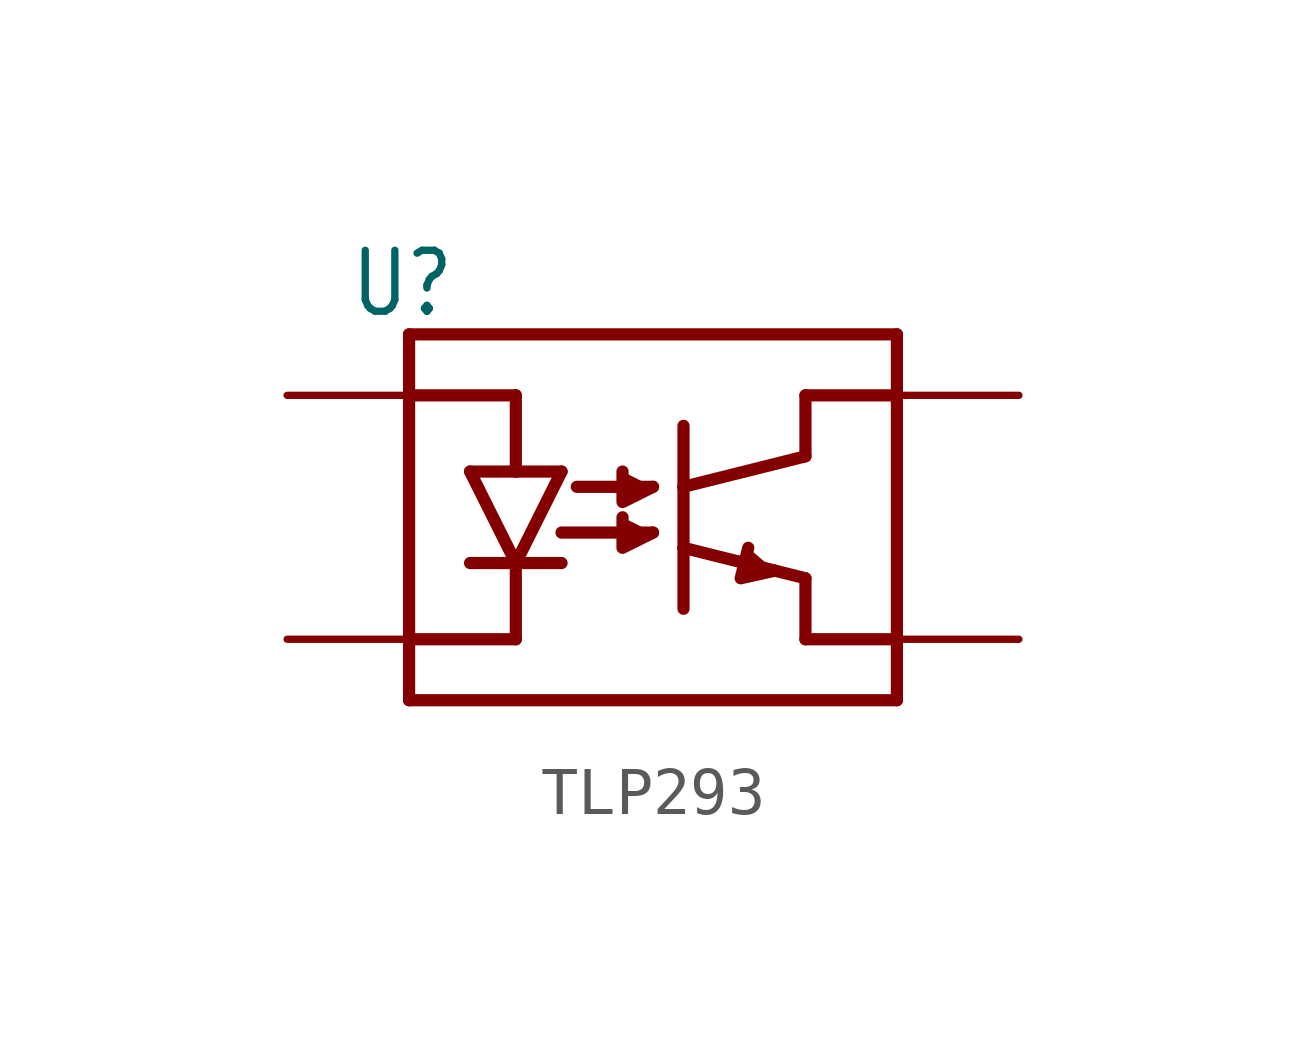
<source format=kicad_sym>
(kicad_symbol_lib
  (version 20220914)
  (generator kicad_symbol_editor)
  (symbol "TLP293"
    (property "Reference" "U"
      (at -6.35 4.128 0)
      (effects (font (size 1.27 1.079)) (justify left bottom)))
    (property "ki_locked" ""
      (at 0 0 0)
      (effects (font (size 1.27 1.27))))
    (symbol "TLP293_1_0"
      (polyline (pts (xy -5.08 -3.81) (xy -5.08 -2.54)) (stroke (width 0.254) (type solid)) (fill (type none)))
      (polyline (pts (xy -5.08 -2.54) (xy -5.08 2.54)) (stroke (width 0.254) (type solid)) (fill (type none)))
      (polyline (pts (xy -5.08 -2.54) (xy -2.857 -2.54)) (stroke (width 0.254) (type solid)) (fill (type none)))
      (polyline (pts (xy -5.08 2.54) (xy -5.08 3.81)) (stroke (width 0.254) (type solid)) (fill (type none)))
      (polyline (pts (xy -5.08 2.54) (xy -2.857 2.54)) (stroke (width 0.254) (type solid)) (fill (type none)))
      (polyline (pts (xy -5.08 3.81) (xy 5.08 3.81)) (stroke (width 0.254) (type solid)) (fill (type none)))
      (polyline (pts (xy -3.81 -0.953) (xy -2.857 -0.953)) (stroke (width 0.254) (type solid)) (fill (type none)))
      (polyline (pts (xy -3.81 0.953) (xy -2.857 -0.953)) (stroke (width 0.254) (type solid)) (fill (type none)))
      (polyline (pts (xy -2.857 -2.54) (xy -2.857 -0.953)) (stroke (width 0.254) (type solid)) (fill (type none)))
      (polyline (pts (xy -2.857 -0.953) (xy -1.905 -0.953)) (stroke (width 0.254) (type solid)) (fill (type none)))
      (polyline (pts (xy -2.857 -0.953) (xy -1.905 0.953)) (stroke (width 0.254) (type solid)) (fill (type none)))
      (polyline (pts (xy -2.857 0.953) (xy -3.81 0.953)) (stroke (width 0.254) (type solid)) (fill (type none)))
      (polyline (pts (xy -2.857 2.54) (xy -2.857 0.953)) (stroke (width 0.254) (type solid)) (fill (type none)))
      (polyline (pts (xy -1.905 -0.318) (xy 0 -0.318)) (stroke (width 0.254) (type solid)) (fill (type none)))
      (polyline (pts (xy -1.905 0.953) (xy -2.857 0.953)) (stroke (width 0.254) (type solid)) (fill (type none)))
      (polyline (pts (xy -1.587 0.635) (xy 0 0.635)) (stroke (width 0.254) (type solid)) (fill (type none)))
      (polyline (pts (xy 0.635 -0.635) (xy 0.635 -1.905)) (stroke (width 0.254) (type solid)) (fill (type none)))
      (polyline (pts (xy 0.635 -0.635) (xy 3.175 -1.27)) (stroke (width 0.254) (type solid)) (fill (type none)))
      (polyline (pts (xy 0.635 0.635) (xy 0.635 -0.635)) (stroke (width 0.254) (type solid)) (fill (type none)))
      (polyline (pts (xy 0.635 1.905) (xy 0.635 0.635)) (stroke (width 0.254) (type solid)) (fill (type none)))
      (polyline (pts (xy 3.175 -2.54) (xy 5.08 -2.54)) (stroke (width 0.254) (type solid)) (fill (type none)))
      (polyline (pts (xy 3.175 -1.27) (xy 3.175 -2.54)) (stroke (width 0.254) (type solid)) (fill (type none)))
      (polyline (pts (xy 3.175 1.27) (xy 0.635 0.635)) (stroke (width 0.254) (type solid)) (fill (type none)))
      (polyline (pts (xy 3.175 2.54) (xy 3.175 1.27)) (stroke (width 0.254) (type solid)) (fill (type none)))
      (polyline (pts (xy 5.08 -3.81) (xy -5.08 -3.81)) (stroke (width 0.254) (type solid)) (fill (type none)))
      (polyline (pts (xy 5.08 -2.54) (xy 5.08 -3.81)) (stroke (width 0.254) (type solid)) (fill (type none)))
      (polyline (pts (xy 5.08 2.54) (xy 3.175 2.54)) (stroke (width 0.254) (type solid)) (fill (type none)))
      (polyline (pts (xy 5.08 2.54) (xy 5.08 -2.54)) (stroke (width 0.254) (type solid)) (fill (type none)))
      (polyline (pts (xy 5.08 3.81) (xy 5.08 2.54)) (stroke (width 0.254) (type solid)) (fill (type none)))
      (polyline (pts (xy 0 -0.318) (xy -0.635 -0.635) (xy -0.635 0)) (stroke (width 0.254) (type solid)) (fill (type outline)))
      (polyline (pts (xy 0 0.635) (xy -0.635 0.318) (xy -0.635 0.953)) (stroke (width 0.254) (type solid)) (fill (type outline)))
      (polyline (pts (xy 2.54 -1.111) (xy 1.826 -1.27) (xy 1.984 -0.635)) (stroke (width 0.254) (type solid)) (fill (type outline)))
      (pin passive line (at -7.62 2.54 0) (length 2.54) (name "ANODE" (effects (font (size 0 0)))) (number "ANODE" (effects (font (size 0 0)))))
      (pin passive line (at -7.62 -2.54 0) (length 2.54) (name "CATHODE" (effects (font (size 0 0)))) (number "CATHODE" (effects (font (size 0 0)))))
      (pin passive line (at 7.62 2.54 180) (length 2.54) (name "COLLECTOR" (effects (font (size 0 0)))) (number "COLLECTOR" (effects (font (size 0 0)))))
      (pin passive line (at 7.62 -2.54 180) (length 2.54) (name "EMITTER" (effects (font (size 0 0)))) (number "EMITTER" (effects (font (size 0 0))))))))
</source>
